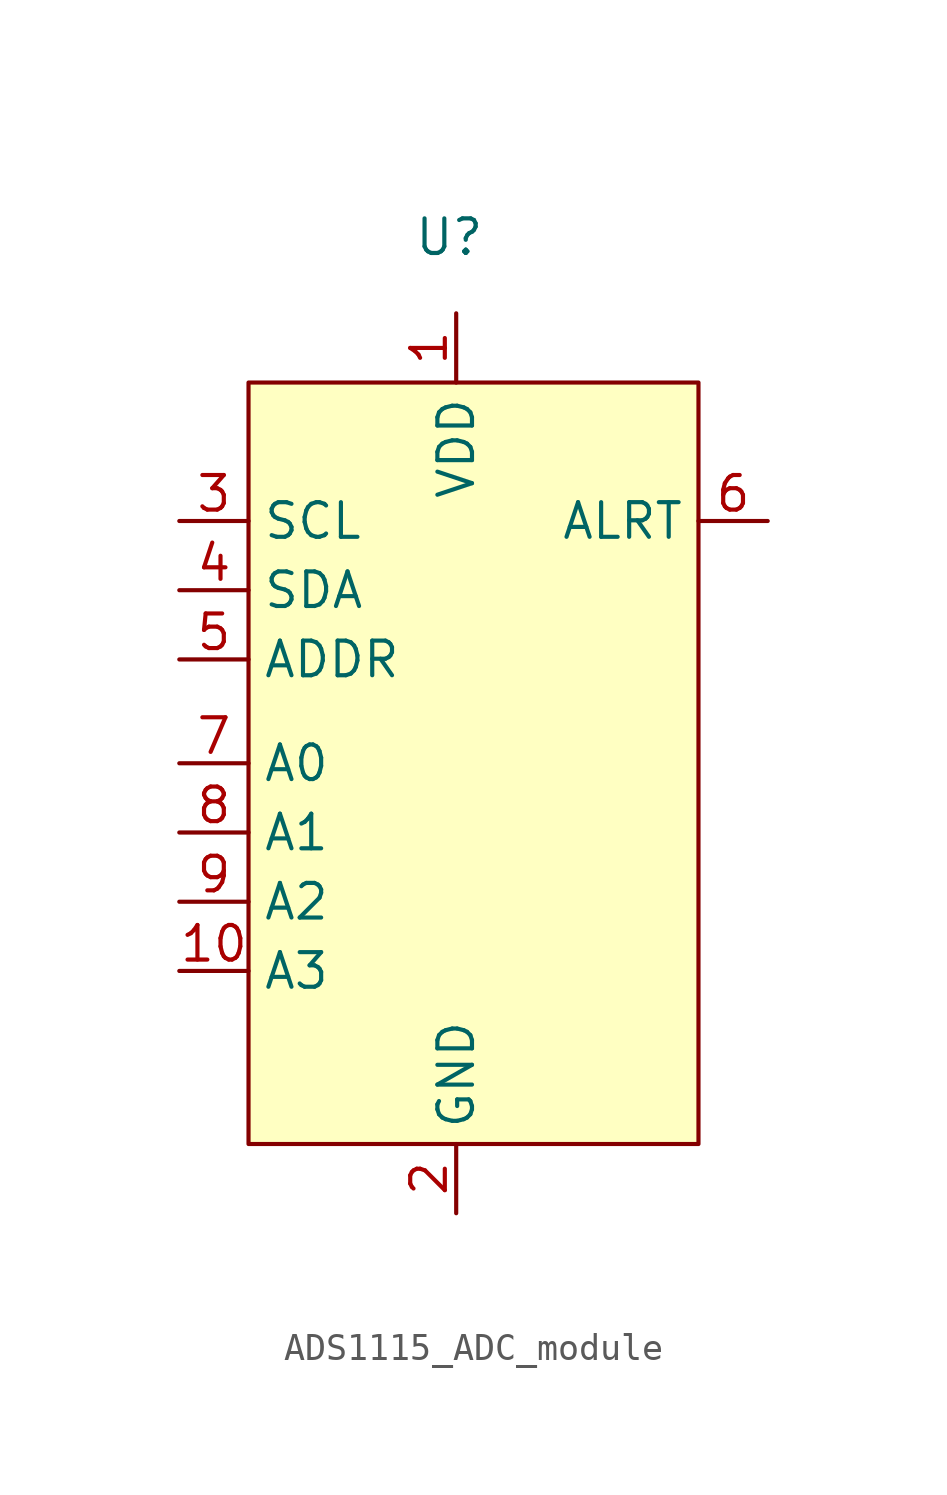
<source format=kicad_sym>
(kicad_symbol_lib
  (version 20231120)
  (generator "kicad_symbol_editor")
  (generator_version "8.0")
  (symbol "ADS1115_ADC_module"
    (property "Reference" "U"
      (at -0.254 19.304 0)
      (effects (font (size 1.27 1.27))))
    (property "Value" ""
      (at 0 0 0)
      (effects (font (size 1.27 1.27))))
    (symbol "ADS1115_ADC_module_1_1"
      (rectangle (start -7.62 13.97) (end 8.89 -13.97) (stroke (width 0) (type default)) (fill (type background)))
      (pin power_in line (at 0 16.51 270) (length 2.54) (name "VDD" (effects (font (size 1.27 1.27)))) (number "1" (effects (font (size 1.27 1.27)))))
      (pin input line (at -10.16 -7.62 0) (length 2.54) (name "A3" (effects (font (size 1.27 1.27)))) (number "10" (effects (font (size 1.27 1.27)))))
      (pin power_in line (at 0 -16.51 90) (length 2.54) (name "GND" (effects (font (size 1.27 1.27)))) (number "2" (effects (font (size 1.27 1.27)))))
      (pin input line (at -10.16 8.89 0) (length 2.54) (name "SCL" (effects (font (size 1.27 1.27)))) (number "3" (effects (font (size 1.27 1.27)))))
      (pin bidirectional line (at -10.16 6.35 0) (length 2.54) (name "SDA" (effects (font (size 1.27 1.27)))) (number "4" (effects (font (size 1.27 1.27)))))
      (pin input line (at -10.16 3.81 0) (length 2.54) (name "ADDR" (effects (font (size 1.27 1.27)))) (number "5" (effects (font (size 1.27 1.27)))))
      (pin output line (at 11.43 8.89 180) (length 2.54) (name "ALRT" (effects (font (size 1.27 1.27)))) (number "6" (effects (font (size 1.27 1.27)))))
      (pin input line (at -10.16 0 0) (length 2.54) (name "A0" (effects (font (size 1.27 1.27)))) (number "7" (effects (font (size 1.27 1.27)))))
      (pin input line (at -10.16 -2.54 0) (length 2.54) (name "A1" (effects (font (size 1.27 1.27)))) (number "8" (effects (font (size 1.27 1.27)))))
      (pin input line (at -10.16 -5.08 0) (length 2.54) (name "A2" (effects (font (size 1.27 1.27)))) (number "9" (effects (font (size 1.27 1.27))))))))
</source>
